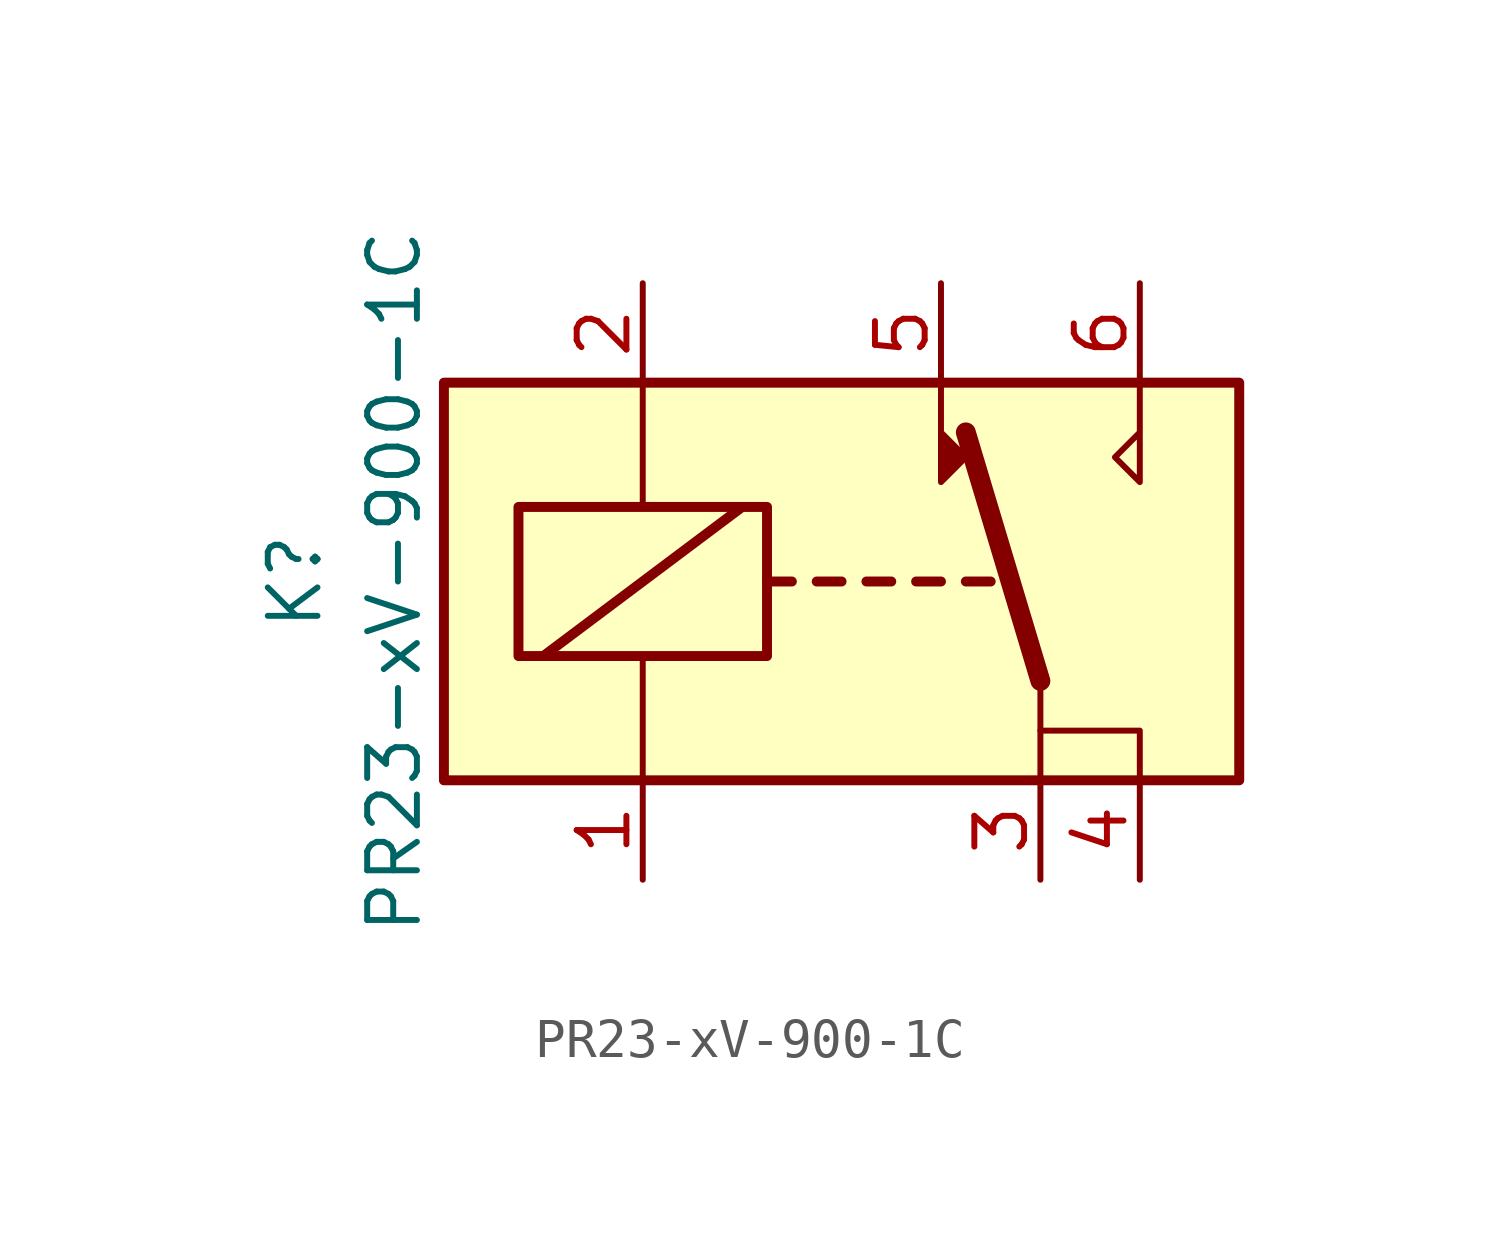
<source format=kicad_sym>
(kicad_symbol_lib
  (version 20211014)
  (generator kicad_symbol_editor)
  (symbol "PR23-xV-900-1C"
    (property "Reference" "K"
      (at -13.97 0 90)
      (effects (font (size 1.27 1.27))))
    (property "Value" "PR23-xV-900-1C"
      (at -11.43 0 90)
      (effects (font (size 1.27 1.27))))
    (symbol "PR23-xV-900-1C_0_0"
      (polyline (pts (xy 2.54 5.08) (xy 2.54 2.54) (xy 3.175 3.175) (xy 2.54 3.81)) (stroke (width 0) (type default) (color 0 0 0 0)) (fill (type outline)))
      (polyline (pts (xy 7.62 5.08) (xy 7.62 2.54) (xy 6.985 3.175) (xy 7.62 3.81)) (stroke (width 0) (type default) (color 0 0 0 0)) (fill (type none))))
    (symbol "PR23-xV-900-1C_0_1"
      (rectangle (start -10.16 5.08) (end 10.16 -5.08) (stroke (width 0.254) (type default) (color 0 0 0 0)) (fill (type background)))
      (rectangle (start -8.255 1.905) (end -1.905 -1.905) (stroke (width 0.254) (type default) (color 0 0 0 0)) (fill (type none)))
      (polyline (pts (xy -7.62 -1.905) (xy -2.54 1.905)) (stroke (width 0.254) (type default) (color 0 0 0 0)) (fill (type none)))
      (polyline (pts (xy -5.08 -5.08) (xy -5.08 -1.905)) (stroke (width 0) (type default) (color 0 0 0 0)) (fill (type none)))
      (polyline (pts (xy -5.08 5.08) (xy -5.08 1.905)) (stroke (width 0) (type default) (color 0 0 0 0)) (fill (type none)))
      (polyline (pts (xy -1.905 0) (xy -1.27 0)) (stroke (width 0.254) (type default) (color 0 0 0 0)) (fill (type none)))
      (polyline (pts (xy -0.635 0) (xy 0 0)) (stroke (width 0.254) (type default) (color 0 0 0 0)) (fill (type none)))
      (polyline (pts (xy 0.635 0) (xy 1.27 0)) (stroke (width 0.254) (type default) (color 0 0 0 0)) (fill (type none)))
      (polyline (pts (xy 1.905 0) (xy 2.54 0)) (stroke (width 0.254) (type default) (color 0 0 0 0)) (fill (type none)))
      (polyline (pts (xy 3.175 0) (xy 3.81 0)) (stroke (width 0.254) (type default) (color 0 0 0 0)) (fill (type none)))
      (polyline (pts (xy 5.08 -2.54) (xy 3.175 3.81)) (stroke (width 0.508) (type default) (color 0 0 0 0)) (fill (type none)))
      (polyline (pts (xy 5.08 -2.54) (xy 5.08 -5.08)) (stroke (width 0) (type default) (color 0 0 0 0)) (fill (type none)))
      (polyline (pts (xy 7.62 -5.08) (xy 7.62 -3.81) (xy 5.08 -3.81)) (stroke (width 0) (type default) (color 0 0 0 0)) (fill (type none))))
    (symbol "PR23-xV-900-1C_1_1"
      (pin passive line (at -5.08 -7.62 90) (length 2.54) (name "" (effects (font (size 1.27 1.27)))) (number "1" (effects (font (size 1.27 1.27)))))
      (pin passive line (at -5.08 7.62 270) (length 2.54) (name "" (effects (font (size 1.27 1.27)))) (number "2" (effects (font (size 1.27 1.27)))))
      (pin passive line (at 5.08 -7.62 90) (length 2.54) (name "~" (effects (font (size 1.27 1.27)))) (number "3" (effects (font (size 1.27 1.27)))))
      (pin passive line (at 7.62 -7.62 90) (length 2.54) (name "~" (effects (font (size 1.27 1.27)))) (number "4" (effects (font (size 1.27 1.27)))))
      (pin passive line (at 2.54 7.62 270) (length 2.54) (name "~" (effects (font (size 1.27 1.27)))) (number "5" (effects (font (size 1.27 1.27)))))
      (pin passive line (at 7.62 7.62 270) (length 2.54) (name "~" (effects (font (size 1.27 1.27)))) (number "6" (effects (font (size 1.27 1.27)))))
      (pin passive line (at 5.08 -7.62 90) (length 2.54) hide (name "~" (effects (font (size 1.27 1.27)))) (number "8" (effects (font (size 1.27 1.27))))))))
</source>
